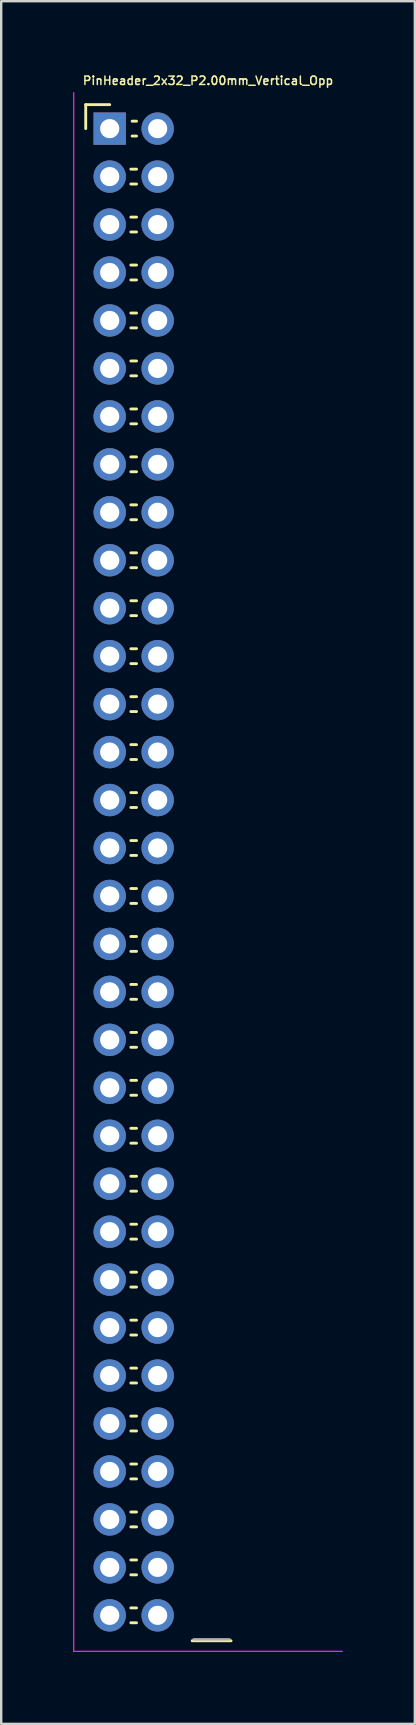
<source format=kicad_pcb>
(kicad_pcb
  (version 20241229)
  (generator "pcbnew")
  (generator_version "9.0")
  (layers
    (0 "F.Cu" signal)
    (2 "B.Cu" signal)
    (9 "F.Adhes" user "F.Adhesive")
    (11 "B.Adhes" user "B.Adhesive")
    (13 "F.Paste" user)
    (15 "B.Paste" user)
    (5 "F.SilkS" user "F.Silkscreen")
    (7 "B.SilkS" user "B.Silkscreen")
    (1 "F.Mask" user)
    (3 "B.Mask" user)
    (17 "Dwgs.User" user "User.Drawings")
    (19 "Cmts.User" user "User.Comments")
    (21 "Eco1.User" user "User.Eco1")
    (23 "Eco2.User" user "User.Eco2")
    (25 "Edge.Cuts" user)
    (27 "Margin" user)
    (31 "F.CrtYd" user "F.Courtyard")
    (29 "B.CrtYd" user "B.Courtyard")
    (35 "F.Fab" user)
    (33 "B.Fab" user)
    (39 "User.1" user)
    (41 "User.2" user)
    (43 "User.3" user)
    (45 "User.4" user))
  (footprint "PinHeader_2x32_P2.00mm_Vertical_Opp"
    (layer "F.Cu")
    (at 1.525 2.314)
    (property "Reference" "PinHeader_2x32_P2.00mm_Vertical_Opp" (at 4.1 -2 0) (layer "F.SilkS") (effects (font (size 0.35 0.35) (thickness 0.062))))
    (attr through_hole)
    (fp_line (start -1 -1) (end 0 -1) (stroke (width 0.12) (type solid)) (layer "F.SilkS"))
    (fp_line (start -1 0) (end -1 -1) (stroke (width 0.12) (type solid)) (layer "F.SilkS"))
    (fp_line (start 0.882 1.69) (end 1.118 1.69) (stroke (width 0.12) (type solid)) (layer "F.SilkS"))
    (fp_line (start 0.882 2.31) (end 1.118 2.31) (stroke (width 0.12) (type solid)) (layer "F.SilkS"))
    (fp_line (start 0.882 3.69) (end 1.118 3.69) (stroke (width 0.12) (type solid)) (layer "F.SilkS"))
    (fp_line (start 0.882 4.31) (end 1.118 4.31) (stroke (width 0.12) (type solid)) (layer "F.SilkS"))
    (fp_line (start 0.882 5.69) (end 1.118 5.69) (stroke (width 0.12) (type solid)) (layer "F.SilkS"))
    (fp_line (start 0.882 6.31) (end 1.118 6.31) (stroke (width 0.12) (type solid)) (layer "F.SilkS"))
    (fp_line (start 0.882 7.69) (end 1.118 7.69) (stroke (width 0.12) (type solid)) (layer "F.SilkS"))
    (fp_line (start 0.882 8.31) (end 1.118 8.31) (stroke (width 0.12) (type solid)) (layer "F.SilkS"))
    (fp_line (start 0.882 9.69) (end 1.118 9.69) (stroke (width 0.12) (type solid)) (layer "F.SilkS"))
    (fp_line (start 0.882 10.31) (end 1.118 10.31) (stroke (width 0.12) (type solid)) (layer "F.SilkS"))
    (fp_line (start 0.882 11.69) (end 1.118 11.69) (stroke (width 0.12) (type solid)) (layer "F.SilkS"))
    (fp_line (start 0.882 12.31) (end 1.118 12.31) (stroke (width 0.12) (type solid)) (layer "F.SilkS"))
    (fp_line (start 0.882 13.69) (end 1.118 13.69) (stroke (width 0.12) (type solid)) (layer "F.SilkS"))
    (fp_line (start 0.882 14.31) (end 1.118 14.31) (stroke (width 0.12) (type solid)) (layer "F.SilkS"))
    (fp_line (start 0.882 15.69) (end 1.118 15.69) (stroke (width 0.12) (type solid)) (layer "F.SilkS"))
    (fp_line (start 0.882 16.31) (end 1.118 16.31) (stroke (width 0.12) (type solid)) (layer "F.SilkS"))
    (fp_line (start 0.882 17.69) (end 1.118 17.69) (stroke (width 0.12) (type solid)) (layer "F.SilkS"))
    (fp_line (start 0.882 18.31) (end 1.118 18.31) (stroke (width 0.12) (type solid)) (layer "F.SilkS"))
    (fp_line (start 0.882 19.69) (end 1.118 19.69) (stroke (width 0.12) (type solid)) (layer "F.SilkS"))
    (fp_line (start 0.882 20.31) (end 1.118 20.31) (stroke (width 0.12) (type solid)) (layer "F.SilkS"))
    (fp_line (start 0.882 21.69) (end 1.118 21.69) (stroke (width 0.12) (type solid)) (layer "F.SilkS"))
    (fp_line (start 0.882 22.31) (end 1.118 22.31) (stroke (width 0.12) (type solid)) (layer "F.SilkS"))
    (fp_line (start 0.882 23.69) (end 1.118 23.69) (stroke (width 0.12) (type solid)) (layer "F.SilkS"))
    (fp_line (start 0.882 24.31) (end 1.118 24.31) (stroke (width 0.12) (type solid)) (layer "F.SilkS"))
    (fp_line (start 0.882 25.69) (end 1.118 25.69) (stroke (width 0.12) (type solid)) (layer "F.SilkS"))
    (fp_line (start 0.882 26.31) (end 1.118 26.31) (stroke (width 0.12) (type solid)) (layer "F.SilkS"))
    (fp_line (start 0.882 27.69) (end 1.118 27.69) (stroke (width 0.12) (type solid)) (layer "F.SilkS"))
    (fp_line (start 0.882 28.31) (end 1.118 28.31) (stroke (width 0.12) (type solid)) (layer "F.SilkS"))
    (fp_line (start 0.882 29.69) (end 1.118 29.69) (stroke (width 0.12) (type solid)) (layer "F.SilkS"))
    (fp_line (start 0.882 30.31) (end 1.118 30.31) (stroke (width 0.12) (type solid)) (layer "F.SilkS"))
    (fp_line (start 0.882 31.69) (end 1.118 31.69) (stroke (width 0.12) (type solid)) (layer "F.SilkS"))
    (fp_line (start 0.882 32.31) (end 1.118 32.31) (stroke (width 0.12) (type solid)) (layer "F.SilkS"))
    (fp_line (start 0.882 33.69) (end 1.118 33.69) (stroke (width 0.12) (type solid)) (layer "F.SilkS"))
    (fp_line (start 0.882 34.31) (end 1.118 34.31) (stroke (width 0.12) (type solid)) (layer "F.SilkS"))
    (fp_line (start 0.882 35.69) (end 1.118 35.69) (stroke (width 0.12) (type solid)) (layer "F.SilkS"))
    (fp_line (start 0.882 36.31) (end 1.118 36.31) (stroke (width 0.12) (type solid)) (layer "F.SilkS"))
    (fp_line (start 0.882 37.69) (end 1.118 37.69) (stroke (width 0.12) (type solid)) (layer "F.SilkS"))
    (fp_line (start 0.882 38.31) (end 1.118 38.31) (stroke (width 0.12) (type solid)) (layer "F.SilkS"))
    (fp_line (start 0.882 39.69) (end 1.118 39.69) (stroke (width 0.12) (type solid)) (layer "F.SilkS"))
    (fp_line (start 0.882 40.31) (end 1.118 40.31) (stroke (width 0.12) (type solid)) (layer "F.SilkS"))
    (fp_line (start 0.882 41.69) (end 1.118 41.69) (stroke (width 0.12) (type solid)) (layer "F.SilkS"))
    (fp_line (start 0.882 42.31) (end 1.118 42.31) (stroke (width 0.12) (type solid)) (layer "F.SilkS"))
    (fp_line (start 0.882 43.69) (end 1.118 43.69) (stroke (width 0.12) (type solid)) (layer "F.SilkS"))
    (fp_line (start 0.882 44.31) (end 1.118 44.31) (stroke (width 0.12) (type solid)) (layer "F.SilkS"))
    (fp_line (start 0.882 45.69) (end 1.118 45.69) (stroke (width 0.12) (type solid)) (layer "F.SilkS"))
    (fp_line (start 0.882 46.31) (end 1.118 46.31) (stroke (width 0.12) (type solid)) (layer "F.SilkS"))
    (fp_line (start 0.882 47.69) (end 1.118 47.69) (stroke (width 0.12) (type solid)) (layer "F.SilkS"))
    (fp_line (start 0.882 48.31) (end 1.118 48.31) (stroke (width 0.12) (type solid)) (layer "F.SilkS"))
    (fp_line (start 0.882 49.69) (end 1.118 49.69) (stroke (width 0.12) (type solid)) (layer "F.SilkS"))
    (fp_line (start 0.882 50.31) (end 1.118 50.31) (stroke (width 0.12) (type solid)) (layer "F.SilkS"))
    (fp_line (start 0.882 51.69) (end 1.118 51.69) (stroke (width 0.12) (type solid)) (layer "F.SilkS"))
    (fp_line (start 0.882 52.31) (end 1.118 52.31) (stroke (width 0.12) (type solid)) (layer "F.SilkS"))
    (fp_line (start 0.882 53.69) (end 1.118 53.69) (stroke (width 0.12) (type solid)) (layer "F.SilkS"))
    (fp_line (start 0.882 54.31) (end 1.118 54.31) (stroke (width 0.12) (type solid)) (layer "F.SilkS"))
    (fp_line (start 0.882 55.69) (end 1.118 55.69) (stroke (width 0.12) (type solid)) (layer "F.SilkS"))
    (fp_line (start 0.882 56.31) (end 1.118 56.31) (stroke (width 0.12) (type solid)) (layer "F.SilkS"))
    (fp_line (start 0.882 57.69) (end 1.118 57.69) (stroke (width 0.12) (type solid)) (layer "F.SilkS"))
    (fp_line (start 0.882 58.31) (end 1.118 58.31) (stroke (width 0.12) (type solid)) (layer "F.SilkS"))
    (fp_line (start 0.882 59.69) (end 1.118 59.69) (stroke (width 0.12) (type solid)) (layer "F.SilkS"))
    (fp_line (start 0.882 60.31) (end 1.118 60.31) (stroke (width 0.12) (type solid)) (layer "F.SilkS"))
    (fp_line (start 0.882 61.69) (end 1.118 61.69) (stroke (width 0.12) (type solid)) (layer "F.SilkS"))
    (fp_line (start 0.882 62.31) (end 1.118 62.31) (stroke (width 0.12) (type solid)) (layer "F.SilkS"))
    (fp_line (start 0.935 -0.31) (end 1.118 -0.31) (stroke (width 0.12) (type solid)) (layer "F.SilkS"))
    (fp_line (start 0.935 0.31) (end 1.118 0.31) (stroke (width 0.12) (type solid)) (layer "F.SilkS"))
    (fp_line (start 3.44 63.06) (end 5.06 63.06) (stroke (width 0.12) (type solid)) (layer "F.SilkS"))
    (fp_line (start -1.5 -1.5) (end -1.5 63.5) (stroke (width 0.05) (type solid)) (layer "F.CrtYd"))
    (fp_line (start -1.5 63.5) (end 9.7 63.5) (stroke (width 0.05) (type solid)) (layer "F.CrtYd"))
    (fp_line (start -0.25 -0.25) (end -0.25 0.25) (stroke (width 0.1) (type solid)) (layer "F.Fab"))
    (fp_line (start -0.25 1.75) (end -0.25 2.25) (stroke (width 0.1) (type solid)) (layer "F.Fab"))
    (fp_line (start -0.25 3.75) (end -0.25 4.25) (stroke (width 0.1) (type solid)) (layer "F.Fab"))
    (fp_line (start -0.25 5.75) (end -0.25 6.25) (stroke (width 0.1) (type solid)) (layer "F.Fab"))
    (fp_line (start -0.25 7.75) (end -0.25 8.25) (stroke (width 0.1) (type solid)) (layer "F.Fab"))
    (fp_line (start -0.25 9.75) (end -0.25 10.25) (stroke (width 0.1) (type solid)) (layer "F.Fab"))
    (fp_line (start -0.25 11.75) (end -0.25 12.25) (stroke (width 0.1) (type solid)) (layer "F.Fab"))
    (fp_line (start -0.25 13.75) (end -0.25 14.25) (stroke (width 0.1) (type solid)) (layer "F.Fab"))
    (fp_line (start -0.25 15.75) (end -0.25 16.25) (stroke (width 0.1) (type solid)) (layer "F.Fab"))
    (fp_line (start -0.25 17.75) (end -0.25 18.25) (stroke (width 0.1) (type solid)) (layer "F.Fab"))
    (fp_line (start -0.25 19.75) (end -0.25 20.25) (stroke (width 0.1) (type solid)) (layer "F.Fab"))
    (fp_line (start -0.25 21.75) (end -0.25 22.25) (stroke (width 0.1) (type solid)) (layer "F.Fab"))
    (fp_line (start -0.25 23.75) (end -0.25 24.25) (stroke (width 0.1) (type solid)) (layer "F.Fab"))
    (fp_line (start -0.25 25.75) (end -0.25 26.25) (stroke (width 0.1) (type solid)) (layer "F.Fab"))
    (fp_line (start -0.25 27.75) (end -0.25 28.25) (stroke (width 0.1) (type solid)) (layer "F.Fab"))
    (fp_line (start -0.25 29.75) (end -0.25 30.25) (stroke (width 0.1) (type solid)) (layer "F.Fab"))
    (fp_line (start -0.25 31.75) (end -0.25 32.25) (stroke (width 0.1) (type solid)) (layer "F.Fab"))
    (fp_line (start -0.25 33.75) (end -0.25 34.25) (stroke (width 0.1) (type solid)) (layer "F.Fab"))
    (fp_line (start -0.25 35.75) (end -0.25 36.25) (stroke (width 0.1) (type solid)) (layer "F.Fab"))
    (fp_line (start -0.25 37.75) (end -0.25 38.25) (stroke (width 0.1) (type solid)) (layer "F.Fab"))
    (fp_line (start -0.25 39.75) (end -0.25 40.25) (stroke (width 0.1) (type solid)) (layer "F.Fab"))
    (fp_line (start -0.25 41.75) (end -0.25 42.25) (stroke (width 0.1) (type solid)) (layer "F.Fab"))
    (fp_line (start -0.25 43.75) (end -0.25 44.25) (stroke (width 0.1) (type solid)) (layer "F.Fab"))
    (fp_line (start -0.25 45.75) (end -0.25 46.25) (stroke (width 0.1) (type solid)) (layer "F.Fab"))
    (fp_line (start -0.25 47.75) (end -0.25 48.25) (stroke (width 0.1) (type solid)) (layer "F.Fab"))
    (fp_line (start -0.25 49.75) (end -0.25 50.25) (stroke (width 0.1) (type solid)) (layer "F.Fab"))
    (fp_line (start -0.25 51.75) (end -0.25 52.25) (stroke (width 0.1) (type solid)) (layer "F.Fab"))
    (fp_line (start -0.25 53.75) (end -0.25 54.25) (stroke (width 0.1) (type solid)) (layer "F.Fab"))
    (fp_line (start -0.25 55.75) (end -0.25 56.25) (stroke (width 0.1) (type solid)) (layer "F.Fab"))
    (fp_line (start -0.25 57.75) (end -0.25 58.25) (stroke (width 0.1) (type solid)) (layer "F.Fab"))
    (fp_line (start -0.25 59.75) (end -0.25 60.25) (stroke (width 0.1) (type solid)) (layer "F.Fab"))
    (fp_line (start -0.25 61.75) (end -0.25 62.25) (stroke (width 0.1) (type solid)) (layer "F.Fab"))
    (fp_line (start 5 63) (end 3.5 63) (stroke (width 0.1) (type solid)) (layer "F.Fab"))
    (pad "1" thru_hole rect (at 0 0) (size 1.35 1.35) (drill 0.8) (layers "*.Cu" "*.Mask"))
    (pad "2" thru_hole oval (at 2 0) (size 1.35 1.35) (drill 0.8) (layers "*.Cu" "*.Mask"))
    (pad "3" thru_hole oval (at 0 2) (size 1.35 1.35) (drill 0.8) (layers "*.Cu" "*.Mask"))
    (pad "4" thru_hole oval (at 2 2) (size 1.35 1.35) (drill 0.8) (layers "*.Cu" "*.Mask"))
    (pad "5" thru_hole oval (at 0 4) (size 1.35 1.35) (drill 0.8) (layers "*.Cu" "*.Mask"))
    (pad "6" thru_hole oval (at 2 4) (size 1.35 1.35) (drill 0.8) (layers "*.Cu" "*.Mask"))
    (pad "7" thru_hole oval (at 0 6) (size 1.35 1.35) (drill 0.8) (layers "*.Cu" "*.Mask"))
    (pad "8" thru_hole oval (at 2 6) (size 1.35 1.35) (drill 0.8) (layers "*.Cu" "*.Mask"))
    (pad "9" thru_hole oval (at 0 8) (size 1.35 1.35) (drill 0.8) (layers "*.Cu" "*.Mask"))
    (pad "10" thru_hole oval (at 2 8) (size 1.35 1.35) (drill 0.8) (layers "*.Cu" "*.Mask"))
    (pad "11" thru_hole oval (at 0 10) (size 1.35 1.35) (drill 0.8) (layers "*.Cu" "*.Mask"))
    (pad "12" thru_hole oval (at 2 10) (size 1.35 1.35) (drill 0.8) (layers "*.Cu" "*.Mask"))
    (pad "13" thru_hole oval (at 0 12) (size 1.35 1.35) (drill 0.8) (layers "*.Cu" "*.Mask"))
    (pad "14" thru_hole oval (at 2 12) (size 1.35 1.35) (drill 0.8) (layers "*.Cu" "*.Mask"))
    (pad "15" thru_hole oval (at 0 14) (size 1.35 1.35) (drill 0.8) (layers "*.Cu" "*.Mask"))
    (pad "16" thru_hole oval (at 2 14) (size 1.35 1.35) (drill 0.8) (layers "*.Cu" "*.Mask"))
    (pad "17" thru_hole oval (at 0 16) (size 1.35 1.35) (drill 0.8) (layers "*.Cu" "*.Mask"))
    (pad "18" thru_hole oval (at 2 16) (size 1.35 1.35) (drill 0.8) (layers "*.Cu" "*.Mask"))
    (pad "19" thru_hole oval (at 0 18) (size 1.35 1.35) (drill 0.8) (layers "*.Cu" "*.Mask"))
    (pad "20" thru_hole oval (at 2 18) (size 1.35 1.35) (drill 0.8) (layers "*.Cu" "*.Mask"))
    (pad "21" thru_hole oval (at 0 20) (size 1.35 1.35) (drill 0.8) (layers "*.Cu" "*.Mask"))
    (pad "22" thru_hole oval (at 2 20) (size 1.35 1.35) (drill 0.8) (layers "*.Cu" "*.Mask"))
    (pad "23" thru_hole oval (at 0 22) (size 1.35 1.35) (drill 0.8) (layers "*.Cu" "*.Mask"))
    (pad "24" thru_hole oval (at 2 22) (size 1.35 1.35) (drill 0.8) (layers "*.Cu" "*.Mask"))
    (pad "25" thru_hole oval (at 0 24) (size 1.35 1.35) (drill 0.8) (layers "*.Cu" "*.Mask"))
    (pad "26" thru_hole oval (at 2 24) (size 1.35 1.35) (drill 0.8) (layers "*.Cu" "*.Mask"))
    (pad "27" thru_hole oval (at 0 26) (size 1.35 1.35) (drill 0.8) (layers "*.Cu" "*.Mask"))
    (pad "28" thru_hole oval (at 2 26) (size 1.35 1.35) (drill 0.8) (layers "*.Cu" "*.Mask"))
    (pad "29" thru_hole oval (at 0 28) (size 1.35 1.35) (drill 0.8) (layers "*.Cu" "*.Mask"))
    (pad "30" thru_hole oval (at 2 28) (size 1.35 1.35) (drill 0.8) (layers "*.Cu" "*.Mask"))
    (pad "31" thru_hole oval (at 0 30) (size 1.35 1.35) (drill 0.8) (layers "*.Cu" "*.Mask"))
    (pad "32" thru_hole oval (at 2 30) (size 1.35 1.35) (drill 0.8) (layers "*.Cu" "*.Mask"))
    (pad "33" thru_hole oval (at 0 32) (size 1.35 1.35) (drill 0.8) (layers "*.Cu" "*.Mask"))
    (pad "34" thru_hole oval (at 2 32) (size 1.35 1.35) (drill 0.8) (layers "*.Cu" "*.Mask"))
    (pad "35" thru_hole oval (at 0 34) (size 1.35 1.35) (drill 0.8) (layers "*.Cu" "*.Mask"))
    (pad "36" thru_hole oval (at 2 34) (size 1.35 1.35) (drill 0.8) (layers "*.Cu" "*.Mask"))
    (pad "37" thru_hole oval (at 0 36) (size 1.35 1.35) (drill 0.8) (layers "*.Cu" "*.Mask"))
    (pad "38" thru_hole oval (at 2 36) (size 1.35 1.35) (drill 0.8) (layers "*.Cu" "*.Mask"))
    (pad "39" thru_hole oval (at 0 38) (size 1.35 1.35) (drill 0.8) (layers "*.Cu" "*.Mask"))
    (pad "40" thru_hole oval (at 2 38) (size 1.35 1.35) (drill 0.8) (layers "*.Cu" "*.Mask"))
    (pad "41" thru_hole oval (at 0 40) (size 1.35 1.35) (drill 0.8) (layers "*.Cu" "*.Mask"))
    (pad "42" thru_hole oval (at 2 40) (size 1.35 1.35) (drill 0.8) (layers "*.Cu" "*.Mask"))
    (pad "43" thru_hole oval (at 0 42) (size 1.35 1.35) (drill 0.8) (layers "*.Cu" "*.Mask"))
    (pad "44" thru_hole oval (at 2 42) (size 1.35 1.35) (drill 0.8) (layers "*.Cu" "*.Mask"))
    (pad "45" thru_hole oval (at 0 44) (size 1.35 1.35) (drill 0.8) (layers "*.Cu" "*.Mask"))
    (pad "46" thru_hole oval (at 2 44) (size 1.35 1.35) (drill 0.8) (layers "*.Cu" "*.Mask"))
    (pad "47" thru_hole oval (at 0 46) (size 1.35 1.35) (drill 0.8) (layers "*.Cu" "*.Mask"))
    (pad "48" thru_hole oval (at 2 46) (size 1.35 1.35) (drill 0.8) (layers "*.Cu" "*.Mask"))
    (pad "49" thru_hole oval (at 0 48) (size 1.35 1.35) (drill 0.8) (layers "*.Cu" "*.Mask"))
    (pad "50" thru_hole oval (at 2 48) (size 1.35 1.35) (drill 0.8) (layers "*.Cu" "*.Mask"))
    (pad "51" thru_hole oval (at 0 50) (size 1.35 1.35) (drill 0.8) (layers "*.Cu" "*.Mask"))
    (pad "52" thru_hole oval (at 2 50) (size 1.35 1.35) (drill 0.8) (layers "*.Cu" "*.Mask"))
    (pad "53" thru_hole oval (at 0 52) (size 1.35 1.35) (drill 0.8) (layers "*.Cu" "*.Mask"))
    (pad "54" thru_hole oval (at 2 52) (size 1.35 1.35) (drill 0.8) (layers "*.Cu" "*.Mask"))
    (pad "55" thru_hole oval (at 0 54) (size 1.35 1.35) (drill 0.8) (layers "*.Cu" "*.Mask"))
    (pad "56" thru_hole oval (at 2 54) (size 1.35 1.35) (drill 0.8) (layers "*.Cu" "*.Mask"))
    (pad "57" thru_hole oval (at 0 56) (size 1.35 1.35) (drill 0.8) (layers "*.Cu" "*.Mask"))
    (pad "58" thru_hole oval (at 2 56) (size 1.35 1.35) (drill 0.8) (layers "*.Cu" "*.Mask"))
    (pad "59" thru_hole oval (at 0 58) (size 1.35 1.35) (drill 0.8) (layers "*.Cu" "*.Mask"))
    (pad "60" thru_hole oval (at 2 58) (size 1.35 1.35) (drill 0.8) (layers "*.Cu" "*.Mask"))
    (pad "61" thru_hole oval (at 0 60) (size 1.35 1.35) (drill 0.8) (layers "*.Cu" "*.Mask"))
    (pad "62" thru_hole oval (at 2 60) (size 1.35 1.35) (drill 0.8) (layers "*.Cu" "*.Mask"))
    (pad "63" thru_hole oval (at 0 62) (size 1.35 1.35) (drill 0.8) (layers "*.Cu" "*.Mask"))
    (pad "64" thru_hole oval (at 2 62) (size 1.35 1.35) (drill 0.8) (layers "*.Cu" "*.Mask")))
  (gr_rect
    (start -3 -3)
    (end 14.25 68.839)
    (stroke (width 0.1) (type default))
    (fill no)
    (layer "Edge.Cuts")))
</source>
